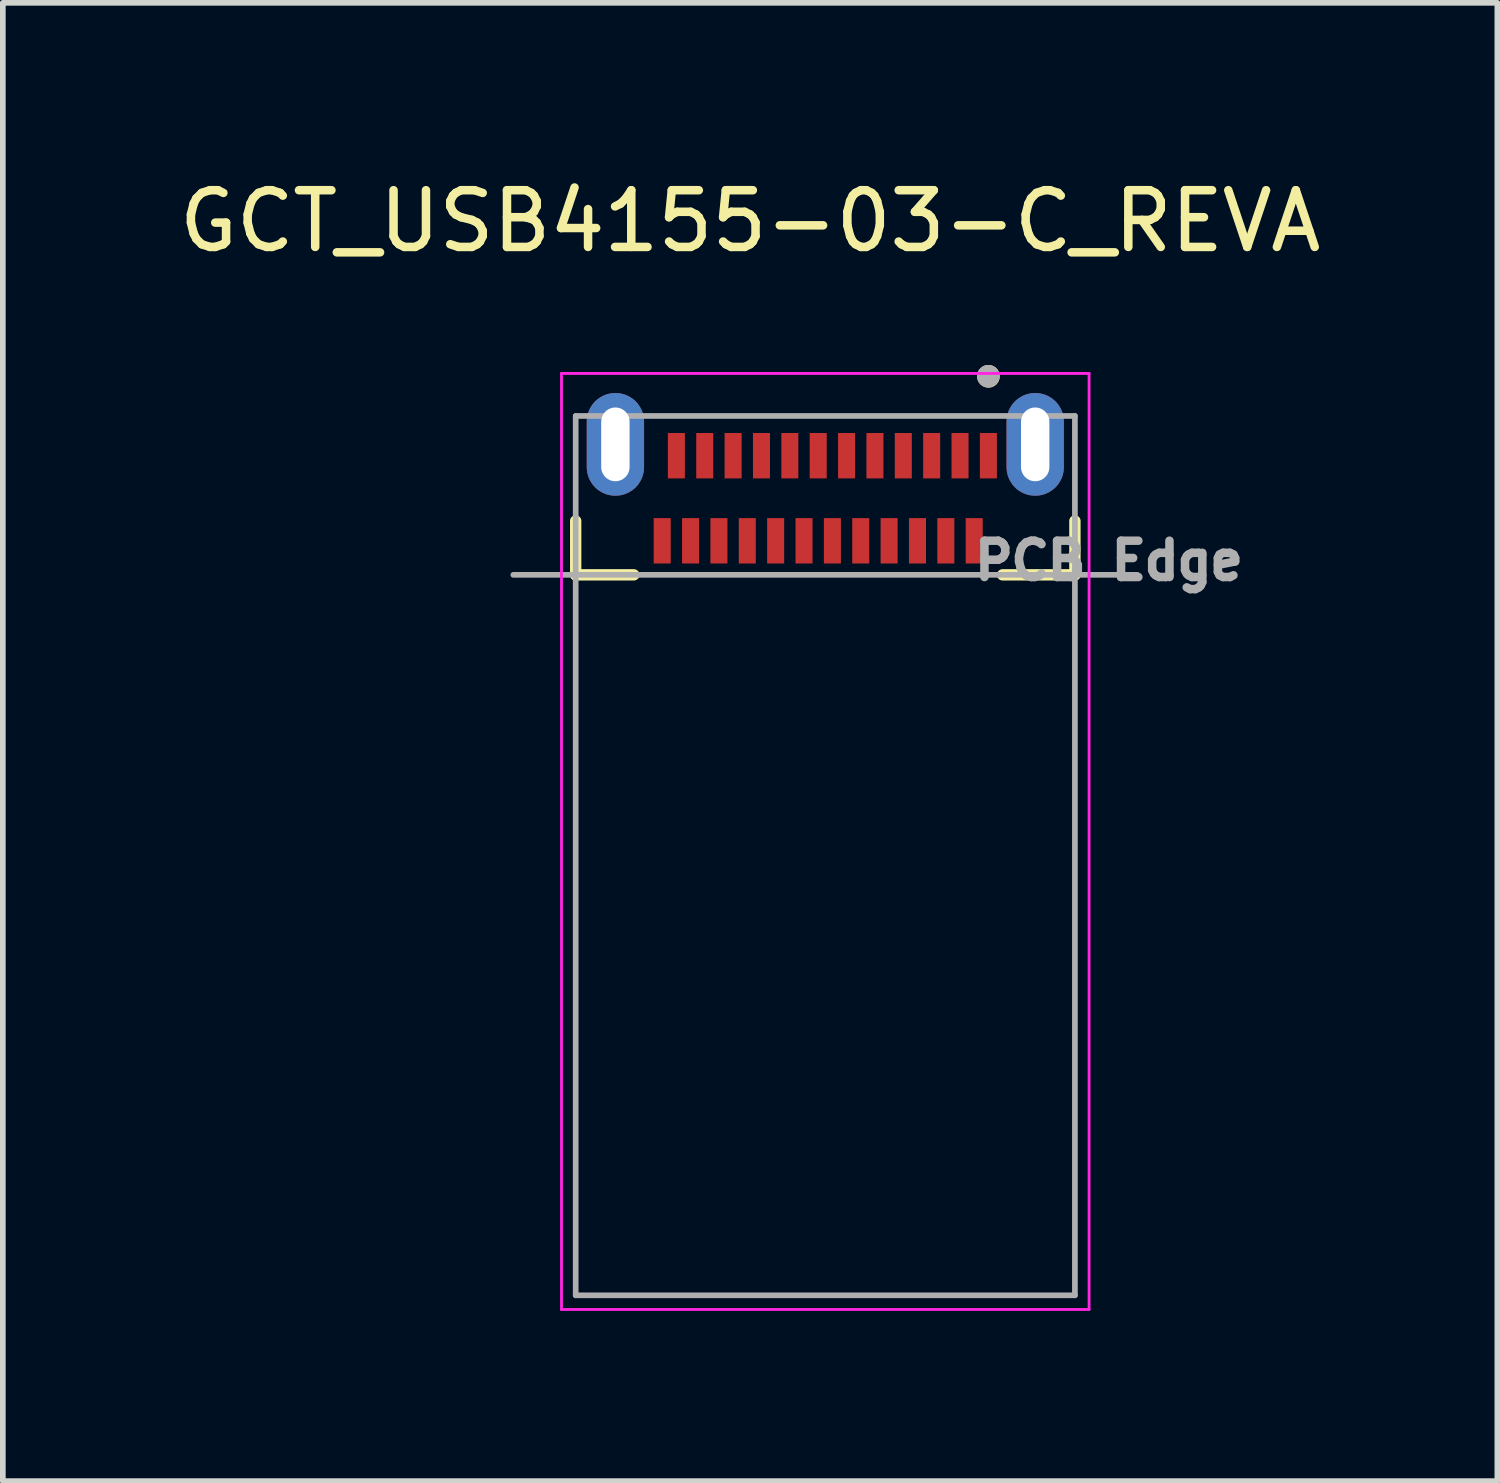
<source format=kicad_pcb>
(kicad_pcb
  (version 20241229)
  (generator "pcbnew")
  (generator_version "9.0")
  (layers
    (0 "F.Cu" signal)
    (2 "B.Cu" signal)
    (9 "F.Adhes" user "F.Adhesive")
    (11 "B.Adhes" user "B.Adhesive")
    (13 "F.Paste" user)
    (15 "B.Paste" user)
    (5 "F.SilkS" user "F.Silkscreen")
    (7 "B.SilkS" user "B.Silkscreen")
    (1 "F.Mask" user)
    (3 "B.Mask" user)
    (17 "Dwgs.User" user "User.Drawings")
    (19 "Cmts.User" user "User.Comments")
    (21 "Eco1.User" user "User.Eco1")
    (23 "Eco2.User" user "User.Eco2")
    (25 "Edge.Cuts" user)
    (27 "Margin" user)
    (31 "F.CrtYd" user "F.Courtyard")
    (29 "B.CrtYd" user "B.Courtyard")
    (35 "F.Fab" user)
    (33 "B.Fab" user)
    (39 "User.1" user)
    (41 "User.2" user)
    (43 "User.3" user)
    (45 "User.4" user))
  (footprint "GCT_USB4155-03-C_REVA"
    (layer "F.Cu")
    (at 11.498 5.733)
    (property "Reference" "GCT_USB4155-03-C_REVA" (at -1.325 -4.885 0) (layer "F.SilkS") (effects (font (size 1 1) (thickness 0.15))))
    (attr smd)
    (fp_poly (pts (xy -3.7 -1.95) (xy -3.731 -1.949) (xy -3.763 -1.947) (xy -3.794 -1.943) (xy -3.825 -1.937) (xy -3.855 -1.93) (xy -3.885 -1.921) (xy -3.915 -1.91) (xy -3.944 -1.898) (xy -3.972 -1.885) (xy -4 -1.87) (xy -4.027 -1.853) (xy -4.053 -1.835) (xy -4.078 -1.816) (xy -4.101 -1.796) (xy -4.124 -1.774) (xy -4.146 -1.751) (xy -4.166 -1.728) (xy -4.185 -1.703) (xy -4.203 -1.677) (xy -4.22 -1.65) (xy -4.235 -1.622) (xy -4.248 -1.594) (xy -4.26 -1.565) (xy -4.271 -1.535) (xy -4.28 -1.505) (xy -4.287 -1.475) (xy -4.293 -1.444) (xy -4.297 -1.413) (xy -4.299 -1.381) (xy -4.3 -1.35) (xy -4.3 -0.55) (xy -4.299 -0.519) (xy -4.297 -0.487) (xy -4.293 -0.456) (xy -4.287 -0.425) (xy -4.28 -0.395) (xy -4.271 -0.365) (xy -4.26 -0.335) (xy -4.248 -0.306) (xy -4.235 -0.278) (xy -4.22 -0.25) (xy -4.203 -0.223) (xy -4.185 -0.197) (xy -4.166 -0.172) (xy -4.146 -0.149) (xy -4.124 -0.126) (xy -4.101 -0.104) (xy -4.078 -0.084) (xy -4.053 -0.065) (xy -4.027 -0.047) (xy -4 -0.03) (xy -3.972 -0.015) (xy -3.944 -0.002) (xy -3.915 0.01) (xy -3.885 0.021) (xy -3.855 0.03) (xy -3.825 0.037) (xy -3.794 0.043) (xy -3.763 0.047) (xy -3.731 0.049) (xy -3.7 0.05) (xy -3.669 0.049) (xy -3.637 0.047) (xy -3.606 0.043) (xy -3.575 0.037) (xy -3.545 0.03) (xy -3.515 0.021) (xy -3.485 0.01) (xy -3.456 -0.002) (xy -3.428 -0.015) (xy -3.4 -0.03) (xy -3.373 -0.047) (xy -3.347 -0.065) (xy -3.322 -0.084) (xy -3.299 -0.104) (xy -3.276 -0.126) (xy -3.254 -0.149) (xy -3.234 -0.172) (xy -3.215 -0.197) (xy -3.197 -0.223) (xy -3.18 -0.25) (xy -3.165 -0.278) (xy -3.152 -0.306) (xy -3.14 -0.335) (xy -3.129 -0.365) (xy -3.12 -0.395) (xy -3.113 -0.425) (xy -3.107 -0.456) (xy -3.103 -0.487) (xy -3.101 -0.519) (xy -3.1 -0.55) (xy -3.1 -1.35) (xy -3.101 -1.381) (xy -3.103 -1.413) (xy -3.107 -1.444) (xy -3.113 -1.475) (xy -3.12 -1.505) (xy -3.129 -1.535) (xy -3.14 -1.565) (xy -3.152 -1.594) (xy -3.165 -1.622) (xy -3.18 -1.65) (xy -3.197 -1.677) (xy -3.215 -1.703) (xy -3.234 -1.728) (xy -3.254 -1.751) (xy -3.276 -1.774) (xy -3.299 -1.796) (xy -3.322 -1.816) (xy -3.347 -1.835) (xy -3.373 -1.853) (xy -3.4 -1.87) (xy -3.428 -1.885) (xy -3.456 -1.898) (xy -3.485 -1.91) (xy -3.515 -1.921) (xy -3.545 -1.93) (xy -3.575 -1.937) (xy -3.606 -1.943) (xy -3.637 -1.947) (xy -3.669 -1.949) (xy -3.7 -1.95)) (stroke (width 0.01) (type solid)) (fill yes) (layer "F.Mask"))
    (fp_poly (pts (xy 3.7 -1.95) (xy 3.669 -1.949) (xy 3.637 -1.947) (xy 3.606 -1.943) (xy 3.575 -1.937) (xy 3.545 -1.93) (xy 3.515 -1.921) (xy 3.485 -1.91) (xy 3.456 -1.898) (xy 3.428 -1.885) (xy 3.4 -1.87) (xy 3.373 -1.853) (xy 3.347 -1.835) (xy 3.322 -1.816) (xy 3.299 -1.796) (xy 3.276 -1.774) (xy 3.254 -1.751) (xy 3.234 -1.728) (xy 3.215 -1.703) (xy 3.197 -1.677) (xy 3.18 -1.65) (xy 3.165 -1.622) (xy 3.152 -1.594) (xy 3.14 -1.565) (xy 3.129 -1.535) (xy 3.12 -1.505) (xy 3.113 -1.475) (xy 3.107 -1.444) (xy 3.103 -1.413) (xy 3.101 -1.381) (xy 3.1 -1.35) (xy 3.1 -0.55) (xy 3.101 -0.519) (xy 3.103 -0.487) (xy 3.107 -0.456) (xy 3.113 -0.425) (xy 3.12 -0.395) (xy 3.129 -0.365) (xy 3.14 -0.335) (xy 3.152 -0.306) (xy 3.165 -0.278) (xy 3.18 -0.25) (xy 3.197 -0.223) (xy 3.215 -0.197) (xy 3.234 -0.172) (xy 3.254 -0.149) (xy 3.276 -0.126) (xy 3.299 -0.104) (xy 3.322 -0.084) (xy 3.347 -0.065) (xy 3.373 -0.047) (xy 3.4 -0.03) (xy 3.428 -0.015) (xy 3.456 -0.002) (xy 3.485 0.01) (xy 3.515 0.021) (xy 3.545 0.03) (xy 3.575 0.037) (xy 3.606 0.043) (xy 3.637 0.047) (xy 3.669 0.049) (xy 3.7 0.05) (xy 3.731 0.049) (xy 3.763 0.047) (xy 3.794 0.043) (xy 3.825 0.037) (xy 3.855 0.03) (xy 3.885 0.021) (xy 3.915 0.01) (xy 3.944 -0.002) (xy 3.972 -0.015) (xy 4 -0.03) (xy 4.027 -0.047) (xy 4.053 -0.065) (xy 4.078 -0.084) (xy 4.101 -0.104) (xy 4.124 -0.126) (xy 4.146 -0.149) (xy 4.166 -0.172) (xy 4.185 -0.197) (xy 4.203 -0.223) (xy 4.22 -0.25) (xy 4.235 -0.278) (xy 4.248 -0.306) (xy 4.26 -0.335) (xy 4.271 -0.365) (xy 4.28 -0.395) (xy 4.287 -0.425) (xy 4.293 -0.456) (xy 4.297 -0.487) (xy 4.299 -0.519) (xy 4.3 -0.55) (xy 4.3 -1.35) (xy 4.299 -1.381) (xy 4.297 -1.413) (xy 4.293 -1.444) (xy 4.287 -1.475) (xy 4.28 -1.505) (xy 4.271 -1.535) (xy 4.26 -1.565) (xy 4.248 -1.594) (xy 4.235 -1.622) (xy 4.22 -1.65) (xy 4.203 -1.677) (xy 4.185 -1.703) (xy 4.166 -1.728) (xy 4.146 -1.751) (xy 4.124 -1.774) (xy 4.101 -1.796) (xy 4.078 -1.816) (xy 4.053 -1.835) (xy 4.027 -1.853) (xy 4 -1.87) (xy 3.972 -1.885) (xy 3.944 -1.898) (xy 3.915 -1.91) (xy 3.885 -1.921) (xy 3.855 -1.93) (xy 3.825 -1.937) (xy 3.794 -1.943) (xy 3.763 -1.947) (xy 3.731 -1.949) (xy 3.7 -1.95)) (stroke (width 0.01) (type solid)) (fill yes) (layer "F.Mask"))
    (fp_poly (pts (xy -3.7 -1.95) (xy -3.731 -1.949) (xy -3.763 -1.947) (xy -3.794 -1.943) (xy -3.825 -1.937) (xy -3.855 -1.93) (xy -3.885 -1.921) (xy -3.915 -1.91) (xy -3.944 -1.898) (xy -3.972 -1.885) (xy -4 -1.87) (xy -4.027 -1.853) (xy -4.053 -1.835) (xy -4.078 -1.816) (xy -4.101 -1.796) (xy -4.124 -1.774) (xy -4.146 -1.751) (xy -4.166 -1.728) (xy -4.185 -1.703) (xy -4.203 -1.677) (xy -4.22 -1.65) (xy -4.235 -1.622) (xy -4.248 -1.594) (xy -4.26 -1.565) (xy -4.271 -1.535) (xy -4.28 -1.505) (xy -4.287 -1.475) (xy -4.293 -1.444) (xy -4.297 -1.413) (xy -4.299 -1.381) (xy -4.3 -1.35) (xy -4.3 -0.55) (xy -4.299 -0.519) (xy -4.297 -0.487) (xy -4.293 -0.456) (xy -4.287 -0.425) (xy -4.28 -0.395) (xy -4.271 -0.365) (xy -4.26 -0.335) (xy -4.248 -0.306) (xy -4.235 -0.278) (xy -4.22 -0.25) (xy -4.203 -0.223) (xy -4.185 -0.197) (xy -4.166 -0.172) (xy -4.146 -0.149) (xy -4.124 -0.126) (xy -4.101 -0.104) (xy -4.078 -0.084) (xy -4.053 -0.065) (xy -4.027 -0.047) (xy -4 -0.03) (xy -3.972 -0.015) (xy -3.944 -0.002) (xy -3.915 0.01) (xy -3.885 0.021) (xy -3.855 0.03) (xy -3.825 0.037) (xy -3.794 0.043) (xy -3.763 0.047) (xy -3.731 0.049) (xy -3.7 0.05) (xy -3.669 0.049) (xy -3.637 0.047) (xy -3.606 0.043) (xy -3.575 0.037) (xy -3.545 0.03) (xy -3.515 0.021) (xy -3.485 0.01) (xy -3.456 -0.002) (xy -3.428 -0.015) (xy -3.4 -0.03) (xy -3.373 -0.047) (xy -3.347 -0.065) (xy -3.322 -0.084) (xy -3.299 -0.104) (xy -3.276 -0.126) (xy -3.254 -0.149) (xy -3.234 -0.172) (xy -3.215 -0.197) (xy -3.197 -0.223) (xy -3.18 -0.25) (xy -3.165 -0.278) (xy -3.152 -0.306) (xy -3.14 -0.335) (xy -3.129 -0.365) (xy -3.12 -0.395) (xy -3.113 -0.425) (xy -3.107 -0.456) (xy -3.103 -0.487) (xy -3.101 -0.519) (xy -3.1 -0.55) (xy -3.1 -1.35) (xy -3.101 -1.381) (xy -3.103 -1.413) (xy -3.107 -1.444) (xy -3.113 -1.475) (xy -3.12 -1.505) (xy -3.129 -1.535) (xy -3.14 -1.565) (xy -3.152 -1.594) (xy -3.165 -1.622) (xy -3.18 -1.65) (xy -3.197 -1.677) (xy -3.215 -1.703) (xy -3.234 -1.728) (xy -3.254 -1.751) (xy -3.276 -1.774) (xy -3.299 -1.796) (xy -3.322 -1.816) (xy -3.347 -1.835) (xy -3.373 -1.853) (xy -3.4 -1.87) (xy -3.428 -1.885) (xy -3.456 -1.898) (xy -3.485 -1.91) (xy -3.515 -1.921) (xy -3.545 -1.93) (xy -3.575 -1.937) (xy -3.606 -1.943) (xy -3.637 -1.947) (xy -3.669 -1.949) (xy -3.7 -1.95)) (stroke (width 0.01) (type solid)) (fill yes) (layer "B.Mask"))
    (fp_poly (pts (xy 3.7 -1.95) (xy 3.669 -1.949) (xy 3.637 -1.947) (xy 3.606 -1.943) (xy 3.575 -1.937) (xy 3.545 -1.93) (xy 3.515 -1.921) (xy 3.485 -1.91) (xy 3.456 -1.898) (xy 3.428 -1.885) (xy 3.4 -1.87) (xy 3.373 -1.853) (xy 3.347 -1.835) (xy 3.322 -1.816) (xy 3.299 -1.796) (xy 3.276 -1.774) (xy 3.254 -1.751) (xy 3.234 -1.728) (xy 3.215 -1.703) (xy 3.197 -1.677) (xy 3.18 -1.65) (xy 3.165 -1.622) (xy 3.152 -1.594) (xy 3.14 -1.565) (xy 3.129 -1.535) (xy 3.12 -1.505) (xy 3.113 -1.475) (xy 3.107 -1.444) (xy 3.103 -1.413) (xy 3.101 -1.381) (xy 3.1 -1.35) (xy 3.1 -0.55) (xy 3.101 -0.519) (xy 3.103 -0.487) (xy 3.107 -0.456) (xy 3.113 -0.425) (xy 3.12 -0.395) (xy 3.129 -0.365) (xy 3.14 -0.335) (xy 3.152 -0.306) (xy 3.165 -0.278) (xy 3.18 -0.25) (xy 3.197 -0.223) (xy 3.215 -0.197) (xy 3.234 -0.172) (xy 3.254 -0.149) (xy 3.276 -0.126) (xy 3.299 -0.104) (xy 3.322 -0.084) (xy 3.347 -0.065) (xy 3.373 -0.047) (xy 3.4 -0.03) (xy 3.428 -0.015) (xy 3.456 -0.002) (xy 3.485 0.01) (xy 3.515 0.021) (xy 3.545 0.03) (xy 3.575 0.037) (xy 3.606 0.043) (xy 3.637 0.047) (xy 3.669 0.049) (xy 3.7 0.05) (xy 3.731 0.049) (xy 3.763 0.047) (xy 3.794 0.043) (xy 3.825 0.037) (xy 3.855 0.03) (xy 3.885 0.021) (xy 3.915 0.01) (xy 3.944 -0.002) (xy 3.972 -0.015) (xy 4 -0.03) (xy 4.027 -0.047) (xy 4.053 -0.065) (xy 4.078 -0.084) (xy 4.101 -0.104) (xy 4.124 -0.126) (xy 4.146 -0.149) (xy 4.166 -0.172) (xy 4.185 -0.197) (xy 4.203 -0.223) (xy 4.22 -0.25) (xy 4.235 -0.278) (xy 4.248 -0.306) (xy 4.26 -0.335) (xy 4.271 -0.365) (xy 4.28 -0.395) (xy 4.287 -0.425) (xy 4.293 -0.456) (xy 4.297 -0.487) (xy 4.299 -0.519) (xy 4.3 -0.55) (xy 4.3 -1.35) (xy 4.299 -1.381) (xy 4.297 -1.413) (xy 4.293 -1.444) (xy 4.287 -1.475) (xy 4.28 -1.505) (xy 4.271 -1.535) (xy 4.26 -1.565) (xy 4.248 -1.594) (xy 4.235 -1.622) (xy 4.22 -1.65) (xy 4.203 -1.677) (xy 4.185 -1.703) (xy 4.166 -1.728) (xy 4.146 -1.751) (xy 4.124 -1.774) (xy 4.101 -1.796) (xy 4.078 -1.816) (xy 4.053 -1.835) (xy 4.027 -1.853) (xy 4 -1.87) (xy 3.972 -1.885) (xy 3.944 -1.898) (xy 3.915 -1.91) (xy 3.885 -1.921) (xy 3.855 -1.93) (xy 3.825 -1.937) (xy 3.794 -1.943) (xy 3.763 -1.947) (xy 3.731 -1.949) (xy 3.7 -1.95)) (stroke (width 0.01) (type solid)) (fill yes) (layer "B.Mask"))
    (fp_line (start -4.4 1.35) (end -4.4 0.4) (stroke (width 0.2) (type solid)) (layer "F.SilkS"))
    (fp_line (start -4.4 1.35) (end -3.375 1.35) (stroke (width 0.2) (type solid)) (layer "F.SilkS"))
    (fp_line (start 3.125 1.35) (end 4.4 1.35) (stroke (width 0.2) (type solid)) (layer "F.SilkS"))
    (fp_line (start 4.4 1.35) (end 4.4 0.4) (stroke (width 0.2) (type solid)) (layer "F.SilkS"))
    (fp_circle (center 2.875 -2.15) (end 2.975 -2.15) (stroke (width 0.2) (type solid)) (fill no) (layer "F.SilkS"))
    (fp_line (start -4.65 -2.2) (end 4.65 -2.2) (stroke (width 0.05) (type solid)) (layer "F.CrtYd"))
    (fp_line (start -4.65 14.3) (end -4.65 -2.2) (stroke (width 0.05) (type solid)) (layer "F.CrtYd"))
    (fp_line (start -4.65 14.3) (end 4.65 14.3) (stroke (width 0.05) (type solid)) (layer "F.CrtYd"))
    (fp_line (start 4.65 14.3) (end 4.65 -2.2) (stroke (width 0.05) (type solid)) (layer "F.CrtYd"))
    (fp_line (start -5.5 1.35) (end 5.5 1.35) (stroke (width 0.1) (type solid)) (layer "F.Fab"))
    (fp_line (start -4.4 -1.45) (end 4.4 -1.45) (stroke (width 0.1) (type solid)) (layer "F.Fab"))
    (fp_line (start -4.4 14.05) (end -4.4 -1.45) (stroke (width 0.1) (type solid)) (layer "F.Fab"))
    (fp_line (start -4.4 14.05) (end 4.4 14.05) (stroke (width 0.1) (type solid)) (layer "F.Fab"))
    (fp_line (start 4.4 14.05) (end 4.4 -1.45) (stroke (width 0.1) (type solid)) (layer "F.Fab"))
    (fp_circle (center 2.875 -2.15) (end 2.975 -2.15) (stroke (width 0.2) (type solid)) (fill no) (layer "F.Fab"))
    (fp_text user "PCB Edge" (at 5 1.1 0) (layer "F.Fab") (effects (font (size 0.64 0.64) (thickness 0.15))))
    (pad "A1" smd rect (at 2.875 -0.75) (size 0.3 0.8) (layers "F.Cu" "F.Mask" "F.Paste"))
    (pad "A2" smd rect (at 2.375 -0.75) (size 0.3 0.8) (layers "F.Cu" "F.Mask" "F.Paste"))
    (pad "A3" smd rect (at 1.875 -0.75) (size 0.3 0.8) (layers "F.Cu" "F.Mask" "F.Paste"))
    (pad "A4" smd rect (at 1.375 -0.75) (size 0.3 0.8) (layers "F.Cu" "F.Mask" "F.Paste"))
    (pad "A5" smd rect (at 0.875 -0.75) (size 0.3 0.8) (layers "F.Cu" "F.Mask" "F.Paste"))
    (pad "A6" smd rect (at 0.375 -0.75) (size 0.3 0.8) (layers "F.Cu" "F.Mask" "F.Paste"))
    (pad "A7" smd rect (at -0.125 -0.75) (size 0.3 0.8) (layers "F.Cu" "F.Mask" "F.Paste"))
    (pad "A8" smd rect (at -0.625 -0.75) (size 0.3 0.8) (layers "F.Cu" "F.Mask" "F.Paste"))
    (pad "A9" smd rect (at -1.125 -0.75) (size 0.3 0.8) (layers "F.Cu" "F.Mask" "F.Paste"))
    (pad "A10" smd rect (at -1.625 -0.75) (size 0.3 0.8) (layers "F.Cu" "F.Mask" "F.Paste"))
    (pad "A11" smd rect (at -2.125 -0.75) (size 0.3 0.8) (layers "F.Cu" "F.Mask" "F.Paste"))
    (pad "A12" smd rect (at -2.625 -0.75) (size 0.3 0.8) (layers "F.Cu" "F.Mask" "F.Paste"))
    (pad "B1" smd rect (at -2.875 0.75) (size 0.3 0.8) (layers "F.Cu" "F.Mask" "F.Paste"))
    (pad "B2" smd rect (at -2.375 0.75) (size 0.3 0.8) (layers "F.Cu" "F.Mask" "F.Paste"))
    (pad "B3" smd rect (at -1.875 0.75) (size 0.3 0.8) (layers "F.Cu" "F.Mask" "F.Paste"))
    (pad "B4" smd rect (at -1.375 0.75) (size 0.3 0.8) (layers "F.Cu" "F.Mask" "F.Paste"))
    (pad "B5" smd rect (at -0.875 0.75) (size 0.3 0.8) (layers "F.Cu" "F.Mask" "F.Paste"))
    (pad "B6" smd rect (at -0.375 0.75) (size 0.3 0.8) (layers "F.Cu" "F.Mask" "F.Paste"))
    (pad "B7" smd rect (at 0.125 0.75) (size 0.3 0.8) (layers "F.Cu" "F.Mask" "F.Paste"))
    (pad "B8" smd rect (at 0.625 0.75) (size 0.3 0.8) (layers "F.Cu" "F.Mask" "F.Paste"))
    (pad "B9" smd rect (at 1.125 0.75) (size 0.3 0.8) (layers "F.Cu" "F.Mask" "F.Paste"))
    (pad "B10" smd rect (at 1.625 0.75) (size 0.3 0.8) (layers "F.Cu" "F.Mask" "F.Paste"))
    (pad "B11" smd rect (at 2.125 0.75) (size 0.3 0.8) (layers "F.Cu" "F.Mask" "F.Paste"))
    (pad "B12" smd rect (at 2.625 0.75) (size 0.3 0.8) (layers "F.Cu" "F.Mask" "F.Paste"))
    (pad "S1" thru_hole custom (at -3.7 -0.95) (size 0.8 1.6) (drill oval 0.5 1.3) (layers "*.Cu") (options (anchor circle)) (primitives (gr_poly (pts (xy 0 -0.9) (xy -0.026 -0.899) (xy -0.052 -0.897) (xy -0.078 -0.894) (xy -0.104 -0.889) (xy -0.129 -0.883) (xy -0.155 -0.876) (xy -0.179 -0.867) (xy -0.203 -0.857) (xy -0.227 -0.846) (xy -0.25 -0.833) (xy -0.272 -0.819) (xy -0.294 -0.805) (xy -0.315 -0.789) (xy -0.335 -0.772) (xy -0.354 -0.754) (xy -0.372 -0.735) (xy -0.389 -0.715) (xy -0.405 -0.694) (xy -0.419 -0.672) (xy -0.433 -0.65) (xy -0.446 -0.627) (xy -0.457 -0.603) (xy -0.467 -0.579) (xy -0.476 -0.555) (xy -0.483 -0.529) (xy -0.489 -0.504) (xy -0.494 -0.478) (xy -0.497 -0.452) (xy -0.499 -0.426) (xy -0.5 -0.4) (xy -0.5 0.4) (xy -0.499 0.426) (xy -0.497 0.452) (xy -0.494 0.478) (xy -0.489 0.504) (xy -0.483 0.529) (xy -0.476 0.555) (xy -0.467 0.579) (xy -0.457 0.603) (xy -0.446 0.627) (xy -0.433 0.65) (xy -0.419 0.672) (xy -0.405 0.694) (xy -0.389 0.715) (xy -0.372 0.735) (xy -0.354 0.754) (xy -0.335 0.772) (xy -0.315 0.789) (xy -0.294 0.805) (xy -0.272 0.819) (xy -0.25 0.833) (xy -0.227 0.846) (xy -0.203 0.857) (xy -0.179 0.867) (xy -0.155 0.876) (xy -0.129 0.883) (xy -0.104 0.889) (xy -0.078 0.894) (xy -0.052 0.897) (xy -0.026 0.899) (xy 0 0.9) (xy 0.026 0.899) (xy 0.052 0.897) (xy 0.078 0.894) (xy 0.104 0.889) (xy 0.129 0.883) (xy 0.155 0.876) (xy 0.179 0.867) (xy 0.203 0.857) (xy 0.227 0.846) (xy 0.25 0.833) (xy 0.272 0.819) (xy 0.294 0.805) (xy 0.315 0.789) (xy 0.335 0.772) (xy 0.354 0.754) (xy 0.372 0.735) (xy 0.389 0.715) (xy 0.405 0.694) (xy 0.419 0.672) (xy 0.433 0.65) (xy 0.446 0.627) (xy 0.457 0.603) (xy 0.467 0.579) (xy 0.476 0.555) (xy 0.483 0.529) (xy 0.489 0.504) (xy 0.494 0.478) (xy 0.497 0.452) (xy 0.499 0.426) (xy 0.5 0.4) (xy 0.5 -0.4) (xy 0.499 -0.426) (xy 0.497 -0.452) (xy 0.494 -0.478) (xy 0.489 -0.504) (xy 0.483 -0.529) (xy 0.476 -0.555) (xy 0.467 -0.579) (xy 0.457 -0.603) (xy 0.446 -0.627) (xy 0.433 -0.65) (xy 0.419 -0.672) (xy 0.405 -0.694) (xy 0.389 -0.715) (xy 0.372 -0.735) (xy 0.354 -0.754) (xy 0.335 -0.772) (xy 0.315 -0.789) (xy 0.294 -0.805) (xy 0.272 -0.819) (xy 0.25 -0.833) (xy 0.227 -0.846) (xy 0.203 -0.857) (xy 0.179 -0.867) (xy 0.155 -0.876) (xy 0.129 -0.883) (xy 0.104 -0.889) (xy 0.078 -0.894) (xy 0.052 -0.897) (xy 0.026 -0.899) (xy 0 -0.9)) (width 0.01) (fill yes))))
    (pad "S2" thru_hole custom (at 3.7 -0.95) (size 0.8 1.6) (drill oval 0.5 1.3) (layers "*.Cu") (options (anchor circle)) (primitives (gr_poly (pts (xy 0 -0.9) (xy -0.026 -0.899) (xy -0.052 -0.897) (xy -0.078 -0.894) (xy -0.104 -0.889) (xy -0.129 -0.883) (xy -0.155 -0.876) (xy -0.179 -0.867) (xy -0.203 -0.857) (xy -0.227 -0.846) (xy -0.25 -0.833) (xy -0.272 -0.819) (xy -0.294 -0.805) (xy -0.315 -0.789) (xy -0.335 -0.772) (xy -0.354 -0.754) (xy -0.372 -0.735) (xy -0.389 -0.715) (xy -0.405 -0.694) (xy -0.419 -0.672) (xy -0.433 -0.65) (xy -0.446 -0.627) (xy -0.457 -0.603) (xy -0.467 -0.579) (xy -0.476 -0.555) (xy -0.483 -0.529) (xy -0.489 -0.504) (xy -0.494 -0.478) (xy -0.497 -0.452) (xy -0.499 -0.426) (xy -0.5 -0.4) (xy -0.5 0.4) (xy -0.499 0.426) (xy -0.497 0.452) (xy -0.494 0.478) (xy -0.489 0.504) (xy -0.483 0.529) (xy -0.476 0.555) (xy -0.467 0.579) (xy -0.457 0.603) (xy -0.446 0.627) (xy -0.433 0.65) (xy -0.419 0.672) (xy -0.405 0.694) (xy -0.389 0.715) (xy -0.372 0.735) (xy -0.354 0.754) (xy -0.335 0.772) (xy -0.315 0.789) (xy -0.294 0.805) (xy -0.272 0.819) (xy -0.25 0.833) (xy -0.227 0.846) (xy -0.203 0.857) (xy -0.179 0.867) (xy -0.155 0.876) (xy -0.129 0.883) (xy -0.104 0.889) (xy -0.078 0.894) (xy -0.052 0.897) (xy -0.026 0.899) (xy 0 0.9) (xy 0.026 0.899) (xy 0.052 0.897) (xy 0.078 0.894) (xy 0.104 0.889) (xy 0.129 0.883) (xy 0.155 0.876) (xy 0.179 0.867) (xy 0.203 0.857) (xy 0.227 0.846) (xy 0.25 0.833) (xy 0.272 0.819) (xy 0.294 0.805) (xy 0.315 0.789) (xy 0.335 0.772) (xy 0.354 0.754) (xy 0.372 0.735) (xy 0.389 0.715) (xy 0.405 0.694) (xy 0.419 0.672) (xy 0.433 0.65) (xy 0.446 0.627) (xy 0.457 0.603) (xy 0.467 0.579) (xy 0.476 0.555) (xy 0.483 0.529) (xy 0.489 0.504) (xy 0.494 0.478) (xy 0.497 0.452) (xy 0.499 0.426) (xy 0.5 0.4) (xy 0.5 -0.4) (xy 0.499 -0.426) (xy 0.497 -0.452) (xy 0.494 -0.478) (xy 0.489 -0.504) (xy 0.483 -0.529) (xy 0.476 -0.555) (xy 0.467 -0.579) (xy 0.457 -0.603) (xy 0.446 -0.627) (xy 0.433 -0.65) (xy 0.419 -0.672) (xy 0.405 -0.694) (xy 0.389 -0.715) (xy 0.372 -0.735) (xy 0.354 -0.754) (xy 0.335 -0.772) (xy 0.315 -0.789) (xy 0.294 -0.805) (xy 0.272 -0.819) (xy 0.25 -0.833) (xy 0.227 -0.846) (xy 0.203 -0.857) (xy 0.179 -0.867) (xy 0.155 -0.876) (xy 0.129 -0.883) (xy 0.104 -0.889) (xy 0.078 -0.894) (xy 0.052 -0.897) (xy 0.026 -0.899) (xy 0 -0.9)) (width 0.01) (fill yes)))))
  (gr_rect
    (start -3 -3)
    (end 23.345 23.058)
    (stroke (width 0.1) (type default))
    (fill no)
    (layer "Edge.Cuts")))
</source>
